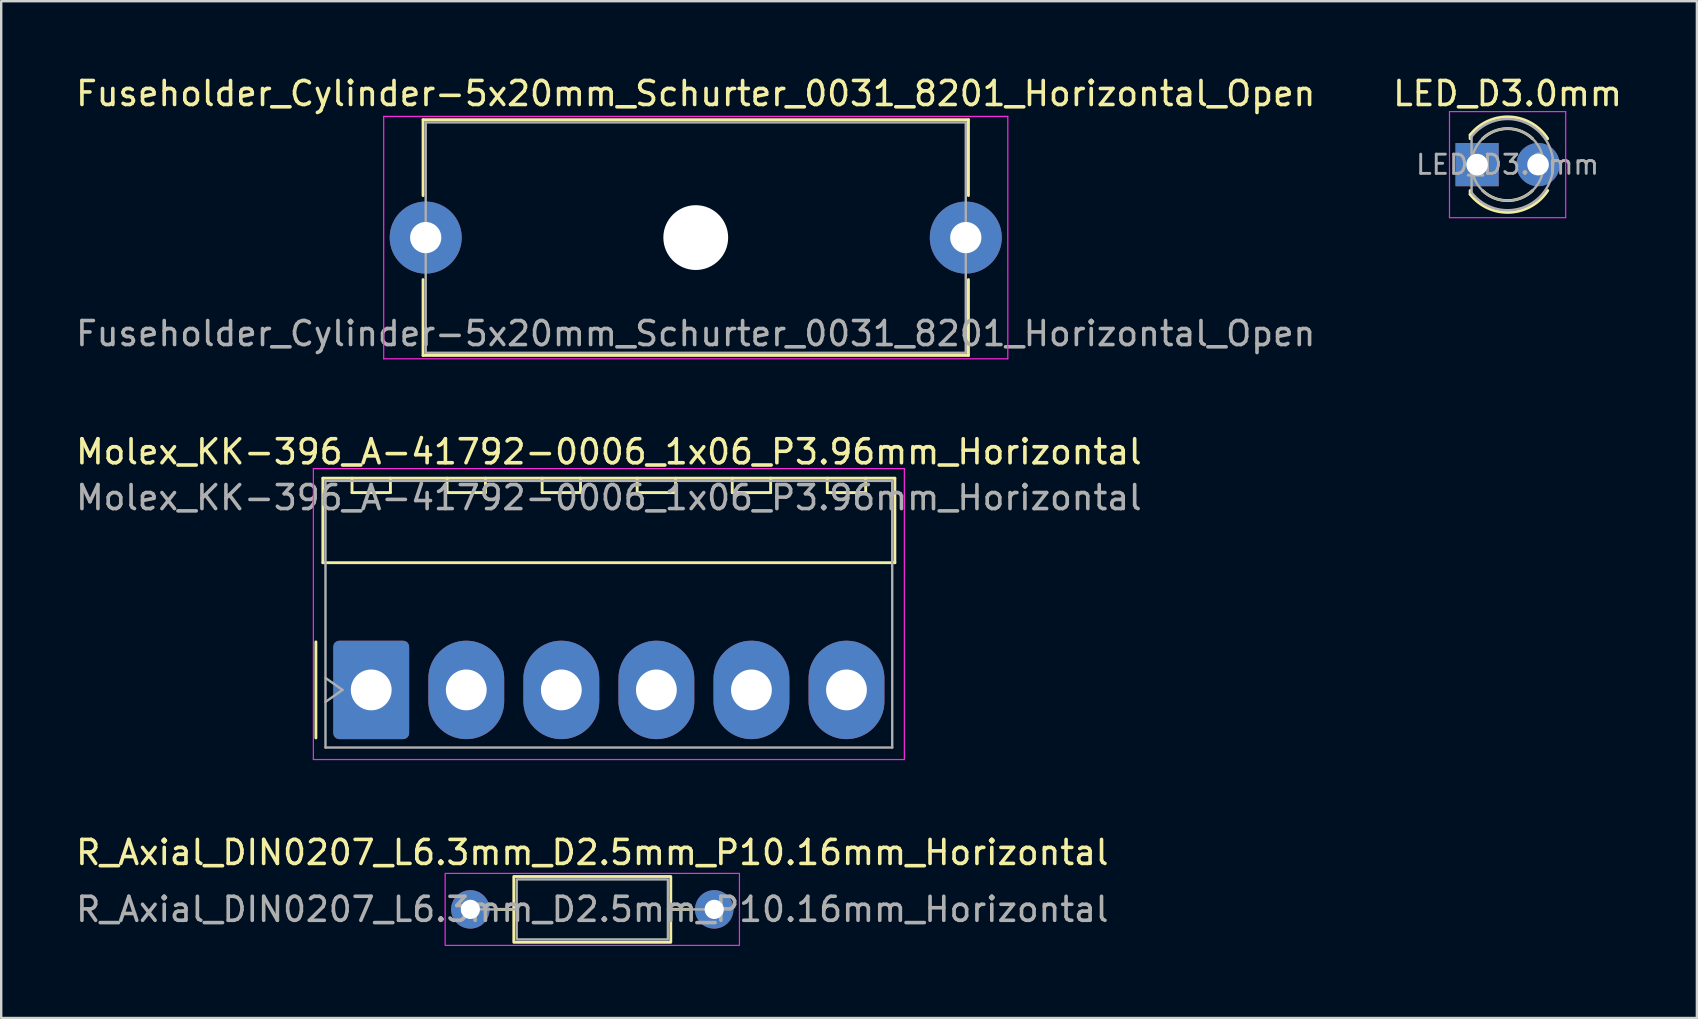
<source format=kicad_pcb>
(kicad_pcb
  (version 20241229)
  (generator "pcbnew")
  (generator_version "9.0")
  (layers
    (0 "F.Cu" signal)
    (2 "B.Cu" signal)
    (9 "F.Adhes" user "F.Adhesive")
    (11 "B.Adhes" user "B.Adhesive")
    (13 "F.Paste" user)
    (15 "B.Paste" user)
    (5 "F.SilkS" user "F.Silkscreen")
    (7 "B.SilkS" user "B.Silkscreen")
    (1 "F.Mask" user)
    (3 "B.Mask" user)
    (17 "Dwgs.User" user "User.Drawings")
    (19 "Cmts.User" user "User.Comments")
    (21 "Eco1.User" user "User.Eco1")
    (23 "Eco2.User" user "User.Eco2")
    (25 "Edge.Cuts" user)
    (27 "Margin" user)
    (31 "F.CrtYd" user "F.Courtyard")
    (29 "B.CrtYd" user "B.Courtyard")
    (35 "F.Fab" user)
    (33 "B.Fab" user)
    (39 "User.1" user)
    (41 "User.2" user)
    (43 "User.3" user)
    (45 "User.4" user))
  (footprint "Molex_KK-396_A-41792-0006_1x06_P3.96mm_Horizontal"
    (layer "F.Cu")
    (at 12.415 25.692)
    (property "Reference" "Molex_KK-396_A-41792-0006_1x06_P3.96mm_Horizontal" (at 9.9 -9.92 180) (layer "F.SilkS") (effects (font (size 1 1) (thickness 0.15))))
    (attr through_hole)
    (fp_line (start -2.305 -2) (end -2.305 2) (stroke (width 0.12) (type solid)) (layer "F.SilkS"))
    (fp_line (start -2.015 -8.82) (end 21.815 -8.82) (stroke (width 0.12) (type solid)) (layer "F.SilkS"))
    (fp_line (start -2.015 -5.3) (end -2.015 -8.82) (stroke (width 0.12) (type solid)) (layer "F.SilkS"))
    (fp_line (start -0.8 -8.82) (end -0.8 -8.22) (stroke (width 0.12) (type solid)) (layer "F.SilkS"))
    (fp_line (start -0.8 -8.22) (end 0.8 -8.22) (stroke (width 0.12) (type solid)) (layer "F.SilkS"))
    (fp_line (start 0.8 -8.22) (end 0.8 -8.82) (stroke (width 0.12) (type solid)) (layer "F.SilkS"))
    (fp_line (start 3.16 -8.82) (end 3.16 -8.22) (stroke (width 0.12) (type solid)) (layer "F.SilkS"))
    (fp_line (start 3.16 -8.22) (end 4.76 -8.22) (stroke (width 0.12) (type solid)) (layer "F.SilkS"))
    (fp_line (start 4.76 -8.22) (end 4.76 -8.82) (stroke (width 0.12) (type solid)) (layer "F.SilkS"))
    (fp_line (start 7.12 -8.82) (end 7.12 -8.22) (stroke (width 0.12) (type solid)) (layer "F.SilkS"))
    (fp_line (start 7.12 -8.22) (end 8.72 -8.22) (stroke (width 0.12) (type solid)) (layer "F.SilkS"))
    (fp_line (start 8.72 -8.22) (end 8.72 -8.82) (stroke (width 0.12) (type solid)) (layer "F.SilkS"))
    (fp_line (start 11.08 -8.82) (end 11.08 -8.22) (stroke (width 0.12) (type solid)) (layer "F.SilkS"))
    (fp_line (start 11.08 -8.22) (end 12.68 -8.22) (stroke (width 0.12) (type solid)) (layer "F.SilkS"))
    (fp_line (start 12.68 -8.22) (end 12.68 -8.82) (stroke (width 0.12) (type solid)) (layer "F.SilkS"))
    (fp_line (start 15.04 -8.82) (end 15.04 -8.22) (stroke (width 0.12) (type solid)) (layer "F.SilkS"))
    (fp_line (start 15.04 -8.22) (end 16.64 -8.22) (stroke (width 0.12) (type solid)) (layer "F.SilkS"))
    (fp_line (start 16.64 -8.22) (end 16.64 -8.82) (stroke (width 0.12) (type solid)) (layer "F.SilkS"))
    (fp_line (start 19 -8.82) (end 19 -8.22) (stroke (width 0.12) (type solid)) (layer "F.SilkS"))
    (fp_line (start 19 -8.22) (end 20.6 -8.22) (stroke (width 0.12) (type solid)) (layer "F.SilkS"))
    (fp_line (start 20.6 -8.22) (end 20.6 -8.82) (stroke (width 0.12) (type solid)) (layer "F.SilkS"))
    (fp_line (start 21.815 -8.82) (end 21.815 -5.3) (stroke (width 0.12) (type solid)) (layer "F.SilkS"))
    (fp_line (start 21.815 -5.3) (end -2.015 -5.3) (stroke (width 0.12) (type solid)) (layer "F.SilkS"))
    (fp_line (start -2.41 -9.22) (end -2.41 2.9) (stroke (width 0.05) (type solid)) (layer "F.CrtYd"))
    (fp_line (start -2.41 2.9) (end 22.21 2.9) (stroke (width 0.05) (type solid)) (layer "F.CrtYd"))
    (fp_line (start 22.21 -9.22) (end -2.41 -9.22) (stroke (width 0.05) (type solid)) (layer "F.CrtYd"))
    (fp_line (start 22.21 2.9) (end 22.21 -9.22) (stroke (width 0.05) (type solid)) (layer "F.CrtYd"))
    (fp_line (start -1.905 -8.71) (end 21.705 -8.71) (stroke (width 0.1) (type solid)) (layer "F.Fab"))
    (fp_line (start -1.905 -0.5) (end -1.198 0) (stroke (width 0.1) (type solid)) (layer "F.Fab"))
    (fp_line (start -1.905 2.4) (end -1.905 -8.71) (stroke (width 0.1) (type solid)) (layer "F.Fab"))
    (fp_line (start -1.198 0) (end -1.905 0.5) (stroke (width 0.1) (type solid)) (layer "F.Fab"))
    (fp_line (start 21.705 -8.71) (end 21.705 2.4) (stroke (width 0.1) (type solid)) (layer "F.Fab"))
    (fp_line (start 21.705 2.4) (end -1.905 2.4) (stroke (width 0.1) (type solid)) (layer "F.Fab"))
    (fp_text user "${REFERENCE}" (at 9.9 -8.01 180) (layer "F.Fab") (effects (font (size 1 1) (thickness 0.15))))
    (pad "1" thru_hole roundrect (at 0 0) (size 3.16 4.1) (drill 1.7) (layers "*.Cu" "*.Mask") (roundrect_rratio 0.079))
    (pad "2" thru_hole oval (at 3.96 0) (size 3.16 4.1) (drill 1.7) (layers "*.Cu" "*.Mask"))
    (pad "3" thru_hole oval (at 7.92 0) (size 3.16 4.1) (drill 1.7) (layers "*.Cu" "*.Mask"))
    (pad "4" thru_hole oval (at 11.88 0) (size 3.16 4.1) (drill 1.7) (layers "*.Cu" "*.Mask"))
    (pad "5" thru_hole oval (at 15.84 0) (size 3.16 4.1) (drill 1.7) (layers "*.Cu" "*.Mask"))
    (pad "6" thru_hole oval (at 19.8 0) (size 3.16 4.1) (drill 1.7) (layers "*.Cu" "*.Mask")))
  (footprint "Fuseholder_Cylinder-5x20mm_Schurter_0031_8201_Horizontal_Open"
    (layer "F.Cu")
    (at 14.685 6.848)
    (property "Reference" "Fuseholder_Cylinder-5x20mm_Schurter_0031_8201_Horizontal_Open" (at 11.25 -6 0) (layer "F.SilkS") (effects (font (size 1 1) (thickness 0.15))))
    (attr through_hole)
    (fp_line (start -0.11 -4.91) (end 22.61 -4.91) (stroke (width 0.12) (type solid)) (layer "F.SilkS"))
    (fp_line (start -0.11 -1.75) (end -0.11 -4.91) (stroke (width 0.12) (type solid)) (layer "F.SilkS"))
    (fp_line (start -0.11 4.91) (end -0.11 1.75) (stroke (width 0.12) (type solid)) (layer "F.SilkS"))
    (fp_line (start -0.11 4.91) (end 22.61 4.91) (stroke (width 0.12) (type solid)) (layer "F.SilkS"))
    (fp_line (start 22.61 -1.75) (end 22.61 -4.91) (stroke (width 0.12) (type solid)) (layer "F.SilkS"))
    (fp_line (start 22.61 4.91) (end 22.61 1.75) (stroke (width 0.12) (type solid)) (layer "F.SilkS"))
    (fp_line (start -1.75 -5.05) (end 24.25 -5.05) (stroke (width 0.05) (type solid)) (layer "F.CrtYd"))
    (fp_line (start -1.75 5.05) (end -1.75 -5.05) (stroke (width 0.05) (type solid)) (layer "F.CrtYd"))
    (fp_line (start 24.25 -5.05) (end 24.25 5.05) (stroke (width 0.05) (type solid)) (layer "F.CrtYd"))
    (fp_line (start 24.25 5.05) (end -1.75 5.05) (stroke (width 0.05) (type solid)) (layer "F.CrtYd"))
    (fp_line (start 0 -4.8) (end 0 4.8) (stroke (width 0.1) (type solid)) (layer "F.Fab"))
    (fp_line (start 0 4.8) (end 22.5 4.8) (stroke (width 0.1) (type solid)) (layer "F.Fab"))
    (fp_line (start 22.5 -4.8) (end 0 -4.8) (stroke (width 0.1) (type solid)) (layer "F.Fab"))
    (fp_line (start 22.5 4.8) (end 22.5 -4.8) (stroke (width 0.1) (type solid)) (layer "F.Fab"))
    (fp_text user "${REFERENCE}" (at 11.25 4 0) (layer "F.Fab") (effects (font (size 1 1) (thickness 0.15))))
    (pad "" np_thru_hole circle (at 11.25 0) (size 2.7 2.7) (drill 2.7) (layers "*.Cu" "*.Mask"))
    (pad "1" thru_hole circle (at 0 0) (size 3 3) (drill 1.3) (layers "*.Cu" "*.Mask"))
    (pad "2" thru_hole circle (at 22.5 0) (size 3 3) (drill 1.3) (layers "*.Cu" "*.Mask")))
  (footprint "R_Axial_DIN0207_L6.3mm_D2.5mm_P10.16mm_Horizontal"
    (layer "F.Cu")
    (at 16.545 34.835)
    (property "Reference" "R_Axial_DIN0207_L6.3mm_D2.5mm_P10.16mm_Horizontal" (at 5.08 -2.37 0) (layer "F.SilkS") (effects (font (size 1 1) (thickness 0.15))))
    (attr through_hole)
    (fp_line (start 1.04 0) (end 1.81 0) (stroke (width 0.12) (type solid)) (layer "F.SilkS"))
    (fp_line (start 9.12 0) (end 8.35 0) (stroke (width 0.12) (type solid)) (layer "F.SilkS"))
    (fp_rect (start 1.81 -1.37) (end 8.35 1.37) (stroke (width 0.12) (type solid)) (fill no) (layer "F.SilkS"))
    (fp_rect (start -1.05 -1.5) (end 11.21 1.5) (stroke (width 0.05) (type solid)) (fill no) (layer "F.CrtYd"))
    (fp_line (start 0 0) (end 1.93 0) (stroke (width 0.1) (type solid)) (layer "F.Fab"))
    (fp_line (start 10.16 0) (end 8.23 0) (stroke (width 0.1) (type solid)) (layer "F.Fab"))
    (fp_rect (start 1.93 -1.25) (end 8.23 1.25) (stroke (width 0.1) (type solid)) (fill no) (layer "F.Fab"))
    (fp_text user "${REFERENCE}" (at 5.08 0 0) (layer "F.Fab") (effects (font (size 1 1) (thickness 0.15))))
    (pad "1" thru_hole circle (at 0 0) (size 1.6 1.6) (drill 0.8) (layers "*.Cu" "*.Mask"))
    (pad "2" thru_hole circle (at 10.16 0) (size 1.6 1.6) (drill 0.8) (layers "*.Cu" "*.Mask")))
  (footprint "LED_D3.0mm"
    (layer "F.Cu")
    (at 58.486 3.808)
    (property "Reference" "LED_D3.0mm" (at 1.27 -2.96 180) (layer "F.SilkS") (effects (font (size 1 1) (thickness 0.15))))
    (attr through_hole)
    (fp_line (start -0.29 -1.236) (end -0.29 -1.08) (stroke (width 0.12) (type solid)) (layer "F.SilkS"))
    (fp_line (start -0.29 1.08) (end -0.29 1.236) (stroke (width 0.12) (type solid)) (layer "F.SilkS"))
    (fp_arc (start -0.29 -1.235516) (mid 1.36566 -1.987699) (end 2.941437 -1.08) (stroke (width 0.12) (type solid)) (layer "F.SilkS"))
    (fp_arc (start 0.229039 -1.08) (mid 1.27 -1.5) (end 2.310961 -1.08) (stroke (width 0.12) (type solid)) (layer "F.SilkS"))
    (fp_arc (start 2.310961 1.08) (mid 1.27 1.5) (end 0.229039 1.08) (stroke (width 0.12) (type solid)) (layer "F.SilkS"))
    (fp_arc (start 2.941437 1.08) (mid 1.36566 1.987699) (end -0.29 1.235516) (stroke (width 0.12) (type solid)) (layer "F.SilkS"))
    (fp_line (start -1.15 -2.21) (end -1.15 2.21) (stroke (width 0.05) (type solid)) (layer "F.CrtYd"))
    (fp_line (start -1.15 2.21) (end 3.69 2.21) (stroke (width 0.05) (type solid)) (layer "F.CrtYd"))
    (fp_line (start 3.69 -2.21) (end -1.15 -2.21) (stroke (width 0.05) (type solid)) (layer "F.CrtYd"))
    (fp_line (start 3.69 2.21) (end 3.69 -2.21) (stroke (width 0.05) (type solid)) (layer "F.CrtYd"))
    (fp_line (start -0.23 -1.166) (end -0.23 1.166) (stroke (width 0.1) (type solid)) (layer "F.Fab"))
    (fp_arc (start -0.23 -1.16619) (mid 3.17 0) (end -0.23 1.16619) (stroke (width 0.1) (type solid)) (layer "F.Fab"))
    (fp_circle (center 1.27 0) (end 2.77 0) (stroke (width 0.1) (type solid)) (fill no) (layer "F.Fab"))
    (fp_text user "${REFERENCE}" (at 1.27 0 180) (layer "F.Fab") (effects (font (size 0.8 0.8) (thickness 0.12))))
    (pad "1" thru_hole rect (at 0 0) (size 1.8 1.8) (drill 0.9) (layers "*.Cu" "*.Mask"))
    (pad "2" thru_hole circle (at 2.54 0) (size 1.8 1.8) (drill 0.9) (layers "*.Cu" "*.Mask")))
  (gr_rect
    (start -3 -3)
    (end 67.643 39.36)
    (stroke (width 0.1) (type default))
    (fill no)
    (layer "Edge.Cuts")))
</source>
